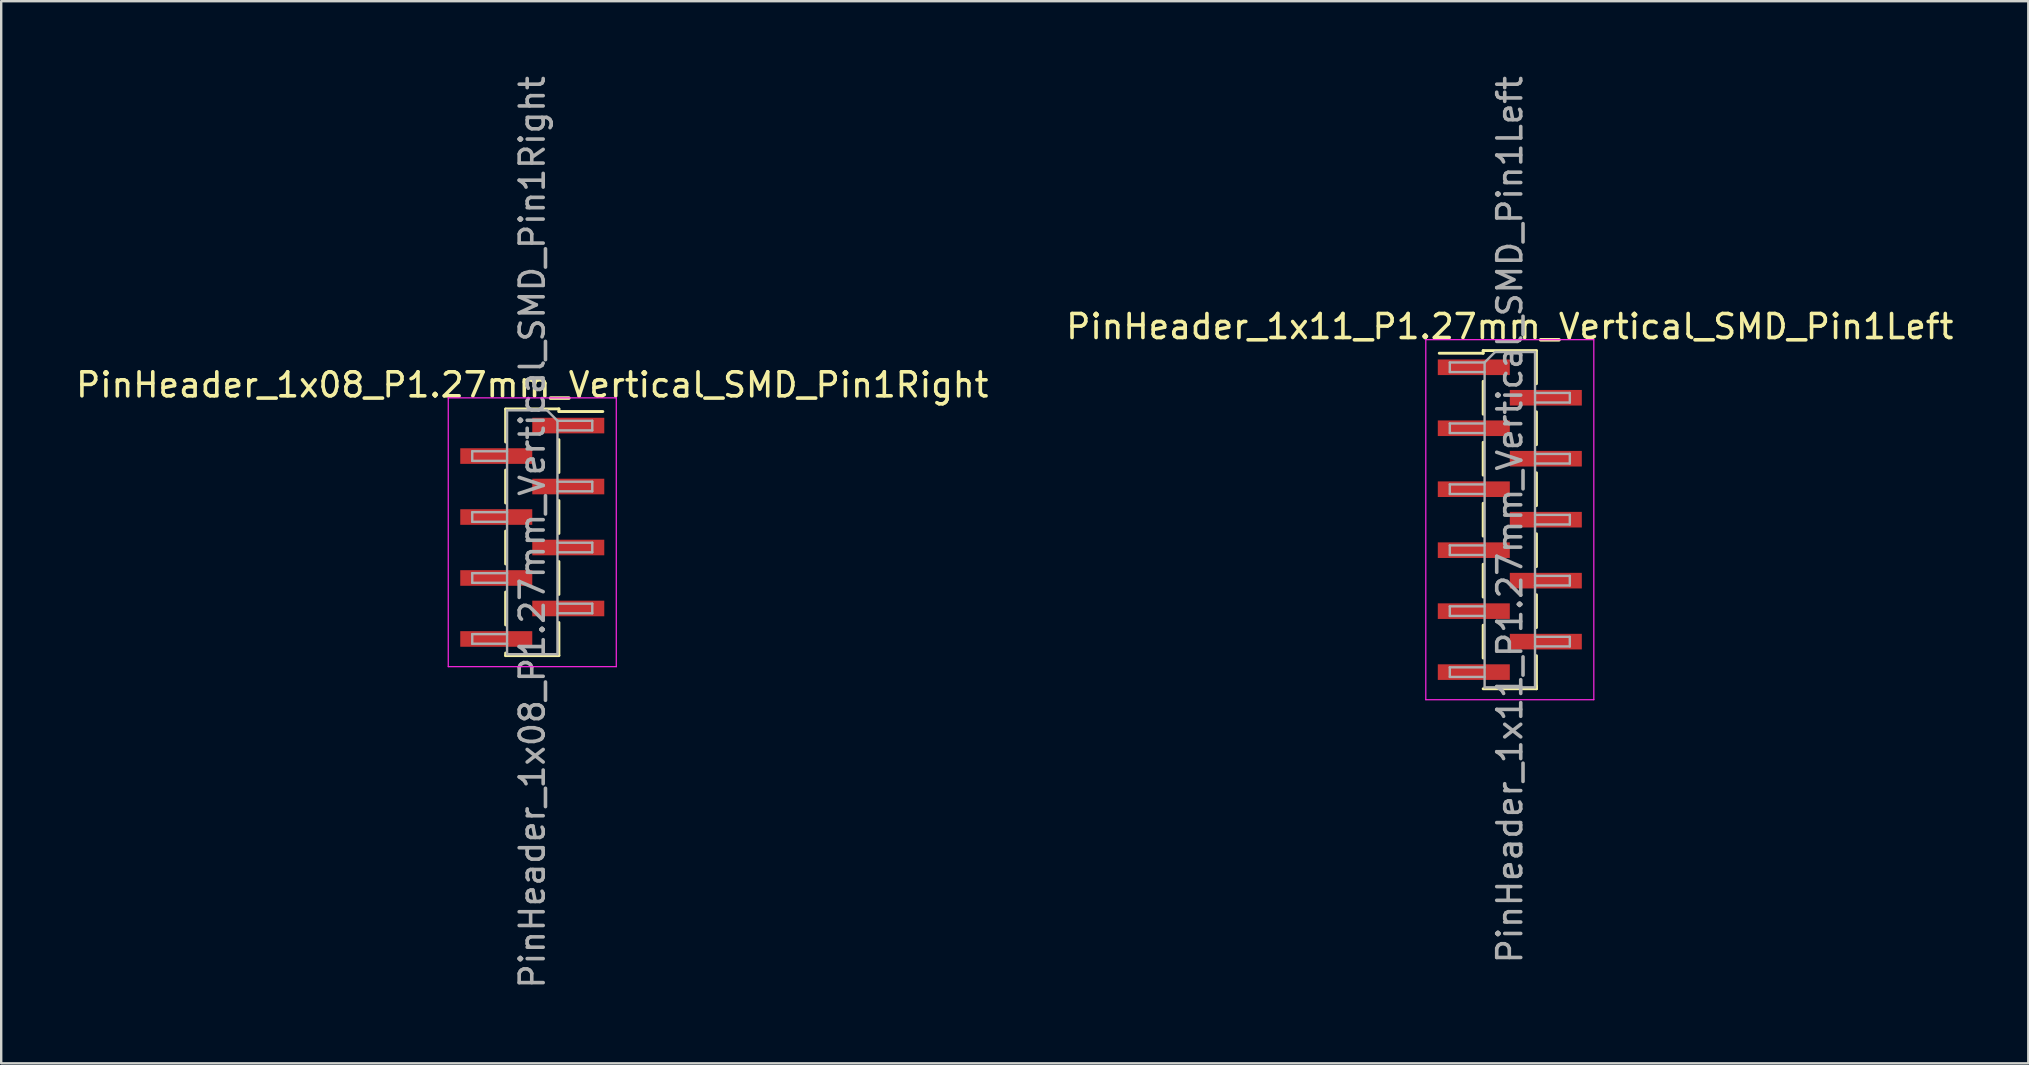
<source format=kicad_pcb>
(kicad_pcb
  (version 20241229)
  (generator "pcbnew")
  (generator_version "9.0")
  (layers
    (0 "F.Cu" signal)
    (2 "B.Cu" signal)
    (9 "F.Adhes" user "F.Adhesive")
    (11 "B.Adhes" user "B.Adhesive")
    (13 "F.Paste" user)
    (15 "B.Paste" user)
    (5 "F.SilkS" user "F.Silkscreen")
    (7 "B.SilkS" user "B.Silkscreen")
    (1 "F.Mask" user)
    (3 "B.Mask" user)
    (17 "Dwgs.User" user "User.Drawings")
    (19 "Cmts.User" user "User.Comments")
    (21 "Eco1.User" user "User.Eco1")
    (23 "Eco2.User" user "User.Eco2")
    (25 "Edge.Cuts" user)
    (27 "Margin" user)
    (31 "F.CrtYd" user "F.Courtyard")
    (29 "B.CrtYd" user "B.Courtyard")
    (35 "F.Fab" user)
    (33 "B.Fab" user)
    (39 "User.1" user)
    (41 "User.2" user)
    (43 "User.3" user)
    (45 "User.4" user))
  (footprint "PinHeader_1x08_P1.27mm_Vertical_SMD_Pin1Right"
    (layer "F.Cu")
    (at 19.125 19.125)
    (property "Reference" "PinHeader_1x08_P1.27mm_Vertical_SMD_Pin1Right" (at 0 -6.14 0) (layer "F.SilkS") (effects (font (size 1 1) (thickness 0.15))))
    (attr smd)
    (fp_line (start -1.11 -5.14) (end 1.11 -5.14) (stroke (width 0.12) (type solid)) (layer "F.SilkS"))
    (fp_line (start -1.11 -5.13) (end -1.11 -3.76) (stroke (width 0.12) (type solid)) (layer "F.SilkS"))
    (fp_line (start -1.11 -2.59) (end -1.11 -1.22) (stroke (width 0.12) (type solid)) (layer "F.SilkS"))
    (fp_line (start -1.11 -0.05) (end -1.11 1.32) (stroke (width 0.12) (type solid)) (layer "F.SilkS"))
    (fp_line (start -1.11 2.49) (end -1.11 3.86) (stroke (width 0.12) (type solid)) (layer "F.SilkS"))
    (fp_line (start -1.11 5.03) (end -1.11 5.14) (stroke (width 0.12) (type solid)) (layer "F.SilkS"))
    (fp_line (start -1.11 5.14) (end 1.11 5.14) (stroke (width 0.12) (type solid)) (layer "F.SilkS"))
    (fp_line (start 1.11 -5.14) (end 1.11 -5.03) (stroke (width 0.12) (type solid)) (layer "F.SilkS"))
    (fp_line (start 1.11 -5.03) (end 2.94 -5.03) (stroke (width 0.12) (type solid)) (layer "F.SilkS"))
    (fp_line (start 1.11 -3.86) (end 1.11 -2.49) (stroke (width 0.12) (type solid)) (layer "F.SilkS"))
    (fp_line (start 1.11 -1.32) (end 1.11 0.05) (stroke (width 0.12) (type solid)) (layer "F.SilkS"))
    (fp_line (start 1.11 1.22) (end 1.11 2.59) (stroke (width 0.12) (type solid)) (layer "F.SilkS"))
    (fp_line (start 1.11 3.76) (end 1.11 5.13) (stroke (width 0.12) (type solid)) (layer "F.SilkS"))
    (fp_line (start -3.5 -5.6) (end -3.5 5.6) (stroke (width 0.05) (type solid)) (layer "F.CrtYd"))
    (fp_line (start -3.5 5.6) (end 3.5 5.6) (stroke (width 0.05) (type solid)) (layer "F.CrtYd"))
    (fp_line (start 3.5 -5.6) (end -3.5 -5.6) (stroke (width 0.05) (type solid)) (layer "F.CrtYd"))
    (fp_line (start 3.5 5.6) (end 3.5 -5.6) (stroke (width 0.05) (type solid)) (layer "F.CrtYd"))
    (fp_line (start -2.5 -3.375) (end -2.5 -2.975) (stroke (width 0.1) (type solid)) (layer "F.Fab"))
    (fp_line (start -2.5 -2.975) (end -1.05 -2.975) (stroke (width 0.1) (type solid)) (layer "F.Fab"))
    (fp_line (start -2.5 -0.835) (end -2.5 -0.435) (stroke (width 0.1) (type solid)) (layer "F.Fab"))
    (fp_line (start -2.5 -0.435) (end -1.05 -0.435) (stroke (width 0.1) (type solid)) (layer "F.Fab"))
    (fp_line (start -2.5 1.705) (end -2.5 2.105) (stroke (width 0.1) (type solid)) (layer "F.Fab"))
    (fp_line (start -2.5 2.105) (end -1.05 2.105) (stroke (width 0.1) (type solid)) (layer "F.Fab"))
    (fp_line (start -2.5 4.245) (end -2.5 4.645) (stroke (width 0.1) (type solid)) (layer "F.Fab"))
    (fp_line (start -2.5 4.645) (end -1.05 4.645) (stroke (width 0.1) (type solid)) (layer "F.Fab"))
    (fp_line (start -1.05 -5.08) (end -1.05 5.08) (stroke (width 0.1) (type solid)) (layer "F.Fab"))
    (fp_line (start -1.05 -5.08) (end 0.615 -5.08) (stroke (width 0.1) (type solid)) (layer "F.Fab"))
    (fp_line (start -1.05 -3.375) (end -2.5 -3.375) (stroke (width 0.1) (type solid)) (layer "F.Fab"))
    (fp_line (start -1.05 -0.835) (end -2.5 -0.835) (stroke (width 0.1) (type solid)) (layer "F.Fab"))
    (fp_line (start -1.05 1.705) (end -2.5 1.705) (stroke (width 0.1) (type solid)) (layer "F.Fab"))
    (fp_line (start -1.05 4.245) (end -2.5 4.245) (stroke (width 0.1) (type solid)) (layer "F.Fab"))
    (fp_line (start 1.05 -4.645) (end 0.615 -5.08) (stroke (width 0.1) (type solid)) (layer "F.Fab"))
    (fp_line (start 1.05 -4.645) (end 2.5 -4.645) (stroke (width 0.1) (type solid)) (layer "F.Fab"))
    (fp_line (start 1.05 -2.105) (end 2.5 -2.105) (stroke (width 0.1) (type solid)) (layer "F.Fab"))
    (fp_line (start 1.05 0.435) (end 2.5 0.435) (stroke (width 0.1) (type solid)) (layer "F.Fab"))
    (fp_line (start 1.05 2.975) (end 2.5 2.975) (stroke (width 0.1) (type solid)) (layer "F.Fab"))
    (fp_line (start 1.05 5.08) (end -1.05 5.08) (stroke (width 0.1) (type solid)) (layer "F.Fab"))
    (fp_line (start 1.05 5.08) (end 1.05 -4.645) (stroke (width 0.1) (type solid)) (layer "F.Fab"))
    (fp_line (start 2.5 -4.645) (end 2.5 -4.245) (stroke (width 0.1) (type solid)) (layer "F.Fab"))
    (fp_line (start 2.5 -4.245) (end 1.05 -4.245) (stroke (width 0.1) (type solid)) (layer "F.Fab"))
    (fp_line (start 2.5 -2.105) (end 2.5 -1.705) (stroke (width 0.1) (type solid)) (layer "F.Fab"))
    (fp_line (start 2.5 -1.705) (end 1.05 -1.705) (stroke (width 0.1) (type solid)) (layer "F.Fab"))
    (fp_line (start 2.5 0.435) (end 2.5 0.835) (stroke (width 0.1) (type solid)) (layer "F.Fab"))
    (fp_line (start 2.5 0.835) (end 1.05 0.835) (stroke (width 0.1) (type solid)) (layer "F.Fab"))
    (fp_line (start 2.5 2.975) (end 2.5 3.375) (stroke (width 0.1) (type solid)) (layer "F.Fab"))
    (fp_line (start 2.5 3.375) (end 1.05 3.375) (stroke (width 0.1) (type solid)) (layer "F.Fab"))
    (fp_text user "${REFERENCE}" (at 0 0 90) (layer "F.Fab") (effects (font (size 1 1) (thickness 0.15))))
    (pad "1" smd rect (at 1.5 -4.445) (size 3 0.65) (layers "F.Cu" "F.Mask" "F.Paste"))
    (pad "2" smd rect (at -1.5 -3.175) (size 3 0.65) (layers "F.Cu" "F.Mask" "F.Paste"))
    (pad "3" smd rect (at 1.5 -1.905) (size 3 0.65) (layers "F.Cu" "F.Mask" "F.Paste"))
    (pad "4" smd rect (at -1.5 -0.635) (size 3 0.65) (layers "F.Cu" "F.Mask" "F.Paste"))
    (pad "5" smd rect (at 1.5 0.635) (size 3 0.65) (layers "F.Cu" "F.Mask" "F.Paste"))
    (pad "6" smd rect (at -1.5 1.905) (size 3 0.65) (layers "F.Cu" "F.Mask" "F.Paste"))
    (pad "7" smd rect (at 1.5 3.175) (size 3 0.65) (layers "F.Cu" "F.Mask" "F.Paste"))
    (pad "8" smd rect (at -1.5 4.445) (size 3 0.65) (layers "F.Cu" "F.Mask" "F.Paste")))
  (footprint "PinHeader_1x11_P1.27mm_Vertical_SMD_Pin1Left"
    (layer "F.Cu")
    (at 59.851 18.601)
    (property "Reference" "PinHeader_1x11_P1.27mm_Vertical_SMD_Pin1Left" (at 0 -8.045 0) (layer "F.SilkS") (effects (font (size 1 1) (thickness 0.15))))
    (attr smd)
    (fp_line (start -1.11 -7.045) (end -1.11 -6.935) (stroke (width 0.12) (type solid)) (layer "F.SilkS"))
    (fp_line (start -1.11 -7.045) (end 1.11 -7.045) (stroke (width 0.12) (type solid)) (layer "F.SilkS"))
    (fp_line (start -1.11 -6.935) (end -2.94 -6.935) (stroke (width 0.12) (type solid)) (layer "F.SilkS"))
    (fp_line (start -1.11 -5.765) (end -1.11 -4.395) (stroke (width 0.12) (type solid)) (layer "F.SilkS"))
    (fp_line (start -1.11 -3.225) (end -1.11 -1.855) (stroke (width 0.12) (type solid)) (layer "F.SilkS"))
    (fp_line (start -1.11 -0.685) (end -1.11 0.685) (stroke (width 0.12) (type solid)) (layer "F.SilkS"))
    (fp_line (start -1.11 1.855) (end -1.11 3.225) (stroke (width 0.12) (type solid)) (layer "F.SilkS"))
    (fp_line (start -1.11 4.395) (end -1.11 5.765) (stroke (width 0.12) (type solid)) (layer "F.SilkS"))
    (fp_line (start -1.11 7.045) (end 1.11 7.045) (stroke (width 0.12) (type solid)) (layer "F.SilkS"))
    (fp_line (start 1.11 -7.035) (end 1.11 -5.665) (stroke (width 0.12) (type solid)) (layer "F.SilkS"))
    (fp_line (start 1.11 -4.495) (end 1.11 -3.125) (stroke (width 0.12) (type solid)) (layer "F.SilkS"))
    (fp_line (start 1.11 -1.955) (end 1.11 -0.585) (stroke (width 0.12) (type solid)) (layer "F.SilkS"))
    (fp_line (start 1.11 0.585) (end 1.11 1.955) (stroke (width 0.12) (type solid)) (layer "F.SilkS"))
    (fp_line (start 1.11 3.125) (end 1.11 4.495) (stroke (width 0.12) (type solid)) (layer "F.SilkS"))
    (fp_line (start 1.11 5.665) (end 1.11 7.035) (stroke (width 0.12) (type solid)) (layer "F.SilkS"))
    (fp_line (start 1.11 6.935) (end 1.11 7.045) (stroke (width 0.12) (type solid)) (layer "F.SilkS"))
    (fp_line (start -3.5 -7.5) (end -3.5 7.5) (stroke (width 0.05) (type solid)) (layer "F.CrtYd"))
    (fp_line (start -3.5 7.5) (end 3.5 7.5) (stroke (width 0.05) (type solid)) (layer "F.CrtYd"))
    (fp_line (start 3.5 -7.5) (end -3.5 -7.5) (stroke (width 0.05) (type solid)) (layer "F.CrtYd"))
    (fp_line (start 3.5 7.5) (end 3.5 -7.5) (stroke (width 0.05) (type solid)) (layer "F.CrtYd"))
    (fp_line (start -2.5 -6.55) (end -2.5 -6.15) (stroke (width 0.1) (type solid)) (layer "F.Fab"))
    (fp_line (start -2.5 -6.15) (end -1.05 -6.15) (stroke (width 0.1) (type solid)) (layer "F.Fab"))
    (fp_line (start -2.5 -4.01) (end -2.5 -3.61) (stroke (width 0.1) (type solid)) (layer "F.Fab"))
    (fp_line (start -2.5 -3.61) (end -1.05 -3.61) (stroke (width 0.1) (type solid)) (layer "F.Fab"))
    (fp_line (start -2.5 -1.47) (end -2.5 -1.07) (stroke (width 0.1) (type solid)) (layer "F.Fab"))
    (fp_line (start -2.5 -1.07) (end -1.05 -1.07) (stroke (width 0.1) (type solid)) (layer "F.Fab"))
    (fp_line (start -2.5 1.07) (end -2.5 1.47) (stroke (width 0.1) (type solid)) (layer "F.Fab"))
    (fp_line (start -2.5 1.47) (end -1.05 1.47) (stroke (width 0.1) (type solid)) (layer "F.Fab"))
    (fp_line (start -2.5 3.61) (end -2.5 4.01) (stroke (width 0.1) (type solid)) (layer "F.Fab"))
    (fp_line (start -2.5 4.01) (end -1.05 4.01) (stroke (width 0.1) (type solid)) (layer "F.Fab"))
    (fp_line (start -2.5 6.15) (end -2.5 6.55) (stroke (width 0.1) (type solid)) (layer "F.Fab"))
    (fp_line (start -2.5 6.55) (end -1.05 6.55) (stroke (width 0.1) (type solid)) (layer "F.Fab"))
    (fp_line (start -1.05 -6.55) (end -2.5 -6.55) (stroke (width 0.1) (type solid)) (layer "F.Fab"))
    (fp_line (start -1.05 -6.55) (end -0.615 -6.985) (stroke (width 0.1) (type solid)) (layer "F.Fab"))
    (fp_line (start -1.05 -4.01) (end -2.5 -4.01) (stroke (width 0.1) (type solid)) (layer "F.Fab"))
    (fp_line (start -1.05 -1.47) (end -2.5 -1.47) (stroke (width 0.1) (type solid)) (layer "F.Fab"))
    (fp_line (start -1.05 1.07) (end -2.5 1.07) (stroke (width 0.1) (type solid)) (layer "F.Fab"))
    (fp_line (start -1.05 3.61) (end -2.5 3.61) (stroke (width 0.1) (type solid)) (layer "F.Fab"))
    (fp_line (start -1.05 6.15) (end -2.5 6.15) (stroke (width 0.1) (type solid)) (layer "F.Fab"))
    (fp_line (start -1.05 6.985) (end -1.05 -6.55) (stroke (width 0.1) (type solid)) (layer "F.Fab"))
    (fp_line (start -0.615 -6.985) (end 1.05 -6.985) (stroke (width 0.1) (type solid)) (layer "F.Fab"))
    (fp_line (start 1.05 -6.985) (end 1.05 6.985) (stroke (width 0.1) (type solid)) (layer "F.Fab"))
    (fp_line (start 1.05 -5.28) (end 2.5 -5.28) (stroke (width 0.1) (type solid)) (layer "F.Fab"))
    (fp_line (start 1.05 -2.74) (end 2.5 -2.74) (stroke (width 0.1) (type solid)) (layer "F.Fab"))
    (fp_line (start 1.05 -0.2) (end 2.5 -0.2) (stroke (width 0.1) (type solid)) (layer "F.Fab"))
    (fp_line (start 1.05 2.34) (end 2.5 2.34) (stroke (width 0.1) (type solid)) (layer "F.Fab"))
    (fp_line (start 1.05 4.88) (end 2.5 4.88) (stroke (width 0.1) (type solid)) (layer "F.Fab"))
    (fp_line (start 1.05 6.985) (end -1.05 6.985) (stroke (width 0.1) (type solid)) (layer "F.Fab"))
    (fp_line (start 2.5 -5.28) (end 2.5 -4.88) (stroke (width 0.1) (type solid)) (layer "F.Fab"))
    (fp_line (start 2.5 -4.88) (end 1.05 -4.88) (stroke (width 0.1) (type solid)) (layer "F.Fab"))
    (fp_line (start 2.5 -2.74) (end 2.5 -2.34) (stroke (width 0.1) (type solid)) (layer "F.Fab"))
    (fp_line (start 2.5 -2.34) (end 1.05 -2.34) (stroke (width 0.1) (type solid)) (layer "F.Fab"))
    (fp_line (start 2.5 -0.2) (end 2.5 0.2) (stroke (width 0.1) (type solid)) (layer "F.Fab"))
    (fp_line (start 2.5 0.2) (end 1.05 0.2) (stroke (width 0.1) (type solid)) (layer "F.Fab"))
    (fp_line (start 2.5 2.34) (end 2.5 2.74) (stroke (width 0.1) (type solid)) (layer "F.Fab"))
    (fp_line (start 2.5 2.74) (end 1.05 2.74) (stroke (width 0.1) (type solid)) (layer "F.Fab"))
    (fp_line (start 2.5 4.88) (end 2.5 5.28) (stroke (width 0.1) (type solid)) (layer "F.Fab"))
    (fp_line (start 2.5 5.28) (end 1.05 5.28) (stroke (width 0.1) (type solid)) (layer "F.Fab"))
    (fp_text user "${REFERENCE}" (at 0 0 90) (layer "F.Fab") (effects (font (size 1 1) (thickness 0.15))))
    (pad "1" smd rect (at -1.5 -6.35) (size 3 0.65) (layers "F.Cu" "F.Mask" "F.Paste"))
    (pad "2" smd rect (at 1.5 -5.08) (size 3 0.65) (layers "F.Cu" "F.Mask" "F.Paste"))
    (pad "3" smd rect (at -1.5 -3.81) (size 3 0.65) (layers "F.Cu" "F.Mask" "F.Paste"))
    (pad "4" smd rect (at 1.5 -2.54) (size 3 0.65) (layers "F.Cu" "F.Mask" "F.Paste"))
    (pad "5" smd rect (at -1.5 -1.27) (size 3 0.65) (layers "F.Cu" "F.Mask" "F.Paste"))
    (pad "6" smd rect (at 1.5 0) (size 3 0.65) (layers "F.Cu" "F.Mask" "F.Paste"))
    (pad "7" smd rect (at -1.5 1.27) (size 3 0.65) (layers "F.Cu" "F.Mask" "F.Paste"))
    (pad "8" smd rect (at 1.5 2.54) (size 3 0.65) (layers "F.Cu" "F.Mask" "F.Paste"))
    (pad "9" smd rect (at -1.5 3.81) (size 3 0.65) (layers "F.Cu" "F.Mask" "F.Paste"))
    (pad "10" smd rect (at 1.5 5.08) (size 3 0.65) (layers "F.Cu" "F.Mask" "F.Paste"))
    (pad "11" smd rect (at -1.5 6.35) (size 3 0.65) (layers "F.Cu" "F.Mask" "F.Paste")))
  (gr_rect
    (start -3 -3)
    (end 81.452 41.25)
    (stroke (width 0.1) (type default))
    (fill no)
    (layer "Edge.Cuts")))
</source>
